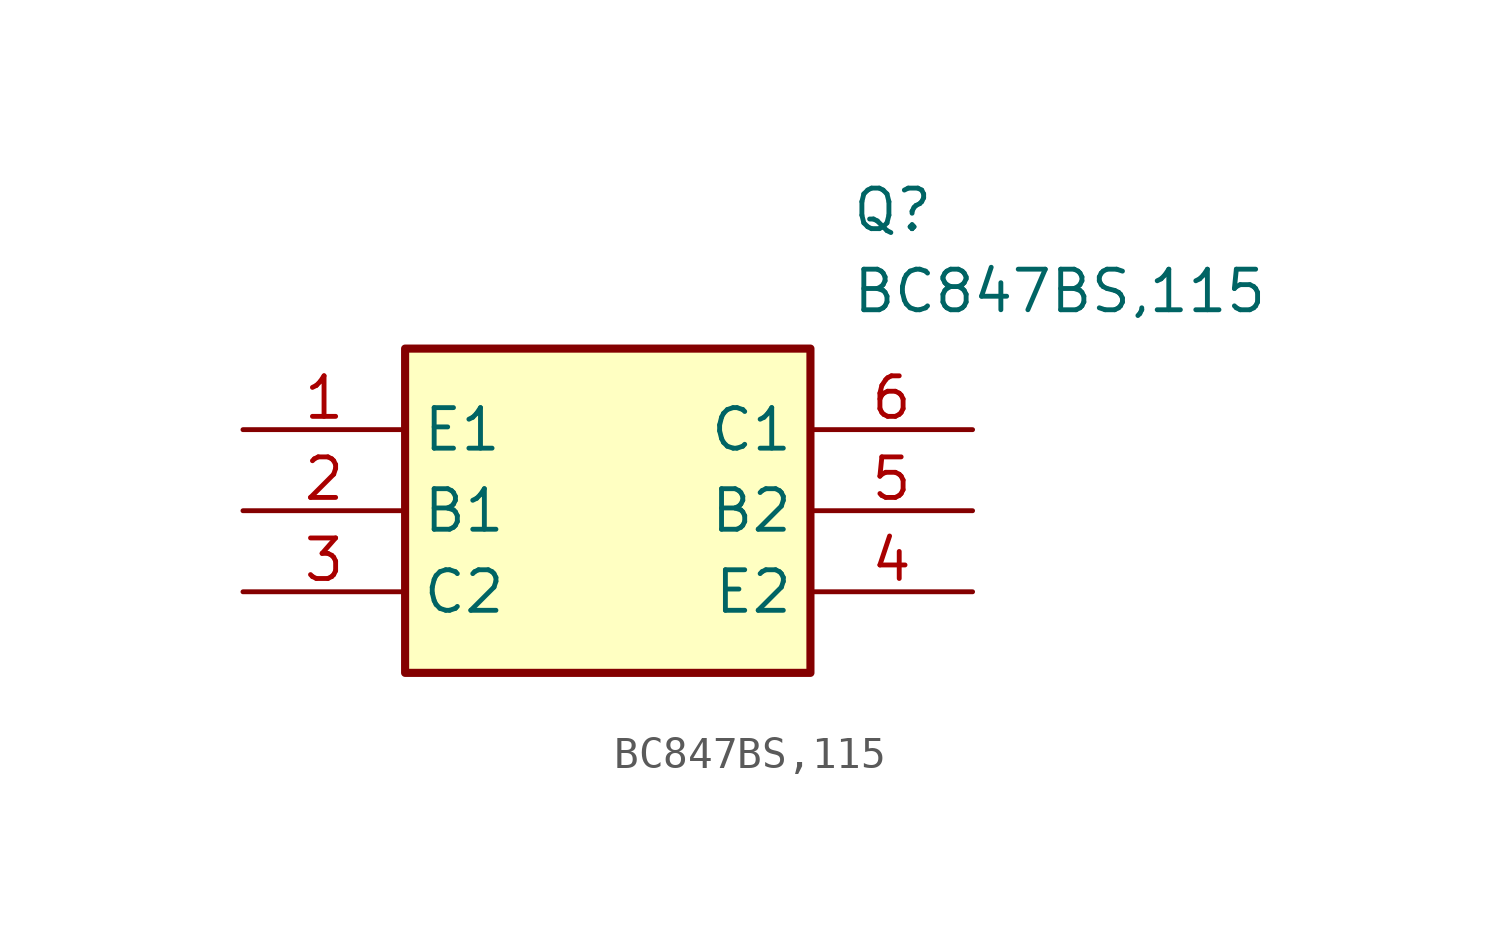
<source format=kicad_sym>
(kicad_symbol_lib
  (version 20211014)
  (generator SamacSys_ECAD_Model)
  (symbol "BC847BS,115"
    (property "Reference" "Q"
      (at 19.05 7.62 0)
      (effects (font (size 1.27 1.27)) (justify left top)))
    (property "Value" "BC847BS,115"
      (at 19.05 5.08 0)
      (effects (font (size 1.27 1.27)) (justify left top)))
    (rectangle
      (start 5.08 2.54)
      (end 17.78 -7.62)
      (stroke (width 0.254) (type default))
      (fill (type background)))
    (pin passive line
      (at 0 0 0)
      (length 5.08)
      (name "E1" (effects (font (size 1.27 1.27))))
      (number "1" (effects (font (size 1.27 1.27)))))
    (pin passive line
      (at 0 -2.54 0)
      (length 5.08)
      (name "B1" (effects (font (size 1.27 1.27))))
      (number "2" (effects (font (size 1.27 1.27)))))
    (pin passive line
      (at 0 -5.08 0)
      (length 5.08)
      (name "C2" (effects (font (size 1.27 1.27))))
      (number "3" (effects (font (size 1.27 1.27)))))
    (pin passive line
      (at 22.86 0 180)
      (length 5.08)
      (name "C1" (effects (font (size 1.27 1.27))))
      (number "6" (effects (font (size 1.27 1.27)))))
    (pin passive line
      (at 22.86 -2.54 180)
      (length 5.08)
      (name "B2" (effects (font (size 1.27 1.27))))
      (number "5" (effects (font (size 1.27 1.27)))))
    (pin passive line
      (at 22.86 -5.08 180)
      (length 5.08)
      (name "E2" (effects (font (size 1.27 1.27))))
      (number "4" (effects (font (size 1.27 1.27)))))))
</source>
